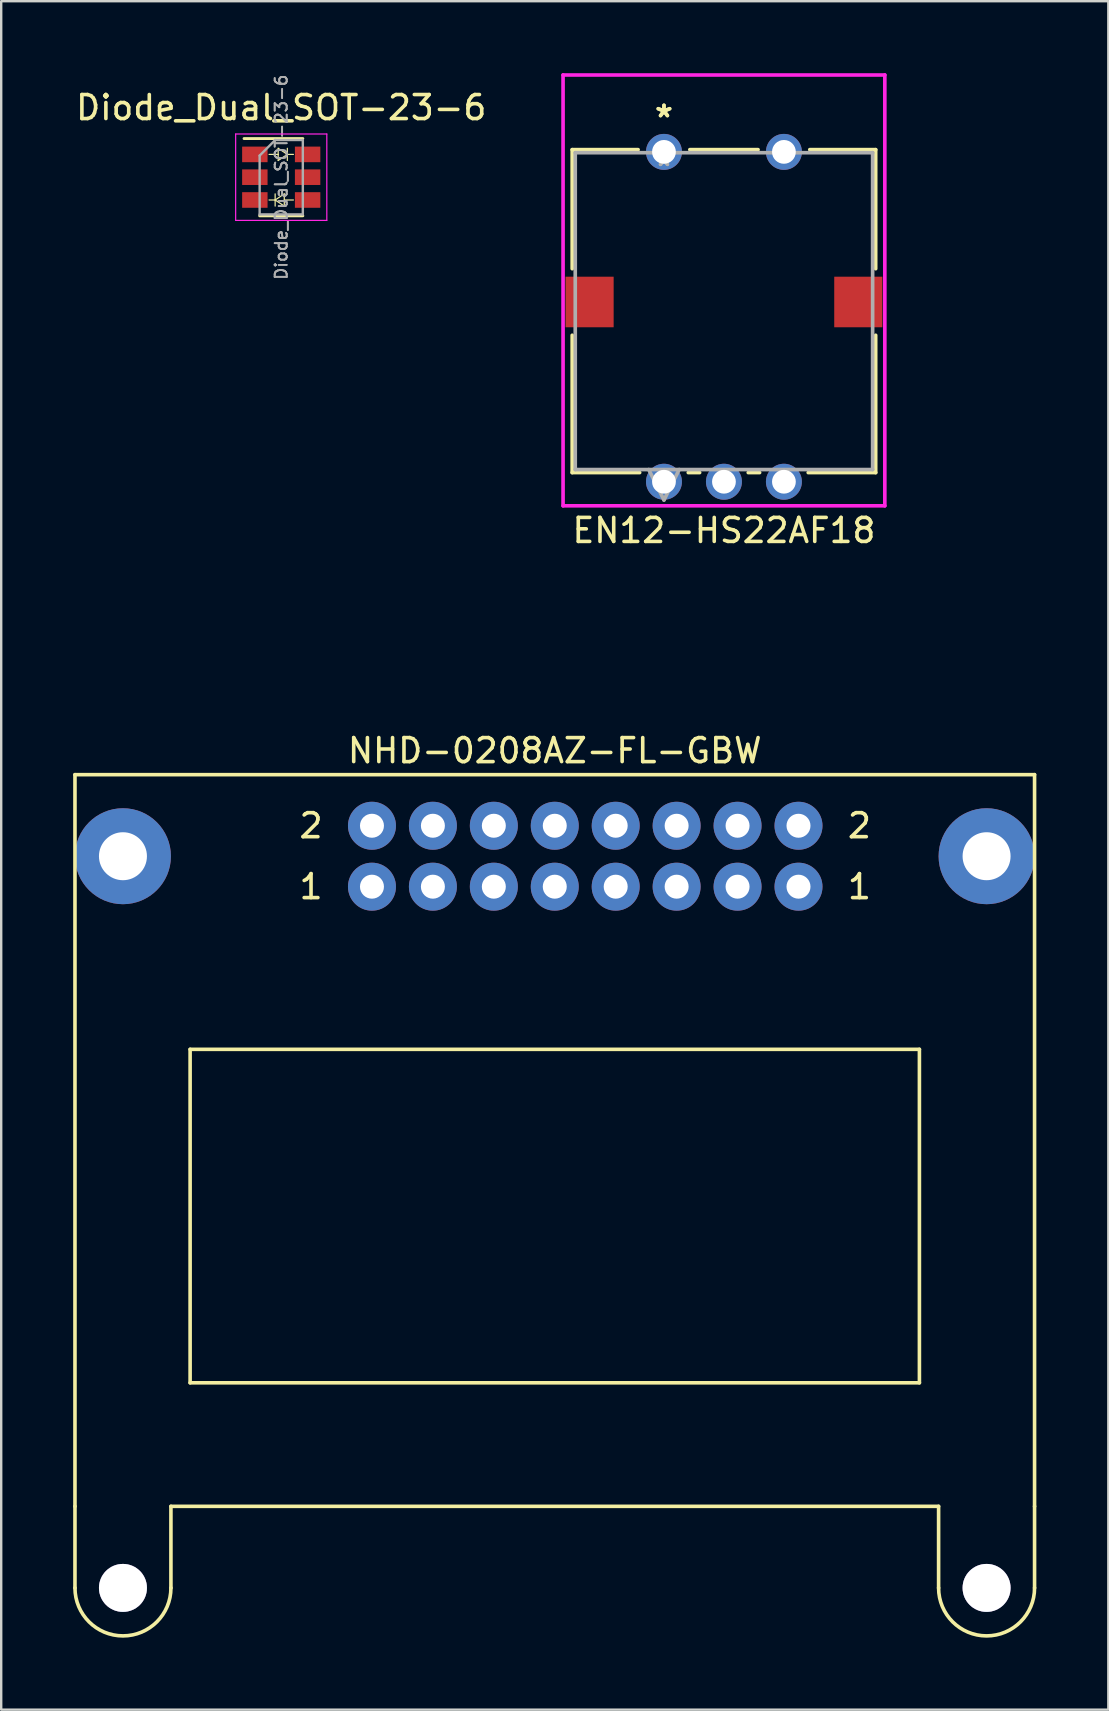
<source format=kicad_pcb>
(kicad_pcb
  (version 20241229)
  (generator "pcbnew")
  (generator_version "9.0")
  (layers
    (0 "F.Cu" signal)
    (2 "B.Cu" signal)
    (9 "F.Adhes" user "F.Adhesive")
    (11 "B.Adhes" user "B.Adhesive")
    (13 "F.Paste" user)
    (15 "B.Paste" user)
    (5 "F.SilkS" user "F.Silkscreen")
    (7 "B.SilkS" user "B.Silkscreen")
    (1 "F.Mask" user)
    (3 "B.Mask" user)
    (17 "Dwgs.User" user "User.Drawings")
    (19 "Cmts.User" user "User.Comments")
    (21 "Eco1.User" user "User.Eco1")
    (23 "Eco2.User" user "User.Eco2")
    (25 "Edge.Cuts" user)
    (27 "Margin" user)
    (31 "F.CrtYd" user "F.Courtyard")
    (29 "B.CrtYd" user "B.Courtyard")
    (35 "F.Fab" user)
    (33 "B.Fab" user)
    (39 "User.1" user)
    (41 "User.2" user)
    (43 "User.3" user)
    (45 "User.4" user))
  (footprint "EN12-HS22AF18"
    (layer "F.Cu")
    (at 27.127 24.143)
    (property "Reference" "EN12-HS22AF18" (at 0 -5.08 0) (layer "F.SilkS") (effects (font (size 1 1) (thickness 0.15))))
    (attr through_hole)
    (fp_line (start -6.325 -20.955) (end -6.325 -15.992) (stroke (width 0.152) (type solid)) (layer "F.SilkS"))
    (fp_line (start -6.325 -13.218) (end -6.325 -7.493) (stroke (width 0.152) (type solid)) (layer "F.SilkS"))
    (fp_line (start -6.325 -7.493) (end -3.513 -7.493) (stroke (width 0.152) (type solid)) (layer "F.SilkS"))
    (fp_line (start -3.578 -20.955) (end -6.325 -20.955) (stroke (width 0.152) (type solid)) (layer "F.SilkS"))
    (fp_line (start -1.487 -7.493) (end -1.013 -7.493) (stroke (width 0.152) (type solid)) (layer "F.SilkS"))
    (fp_line (start 1.013 -7.493) (end 1.487 -7.493) (stroke (width 0.152) (type solid)) (layer "F.SilkS"))
    (fp_line (start 1.422 -20.955) (end -1.422 -20.955) (stroke (width 0.152) (type solid)) (layer "F.SilkS"))
    (fp_line (start 3.513 -7.493) (end 6.325 -7.493) (stroke (width 0.152) (type solid)) (layer "F.SilkS"))
    (fp_line (start 6.325 -20.955) (end 3.578 -20.955) (stroke (width 0.152) (type solid)) (layer "F.SilkS"))
    (fp_line (start 6.325 -15.992) (end 6.325 -20.955) (stroke (width 0.152) (type solid)) (layer "F.SilkS"))
    (fp_line (start 6.325 -7.493) (end 6.325 -13.218) (stroke (width 0.152) (type solid)) (layer "F.SilkS"))
    (fp_line (start -6.706 -24.067) (end -6.706 -6.109) (stroke (width 0.152) (type solid)) (layer "F.CrtYd"))
    (fp_line (start -6.706 -6.109) (end 6.706 -6.109) (stroke (width 0.152) (type solid)) (layer "F.CrtYd"))
    (fp_line (start 6.706 -24.067) (end -6.706 -24.067) (stroke (width 0.152) (type solid)) (layer "F.CrtYd"))
    (fp_line (start 6.706 -6.109) (end 6.706 -24.067) (stroke (width 0.152) (type solid)) (layer "F.CrtYd"))
    (fp_line (start -6.198 -20.828) (end -6.198 -7.62) (stroke (width 0.152) (type solid)) (layer "F.Fab"))
    (fp_line (start -6.198 -7.62) (end 6.198 -7.62) (stroke (width 0.152) (type solid)) (layer "F.Fab"))
    (fp_line (start -3.135 -7.62) (end -2.5 -6.35) (stroke (width 0.152) (type solid)) (layer "F.Fab"))
    (fp_line (start -1.865 -7.62) (end -2.5 -6.35) (stroke (width 0.152) (type solid)) (layer "F.Fab"))
    (fp_line (start 6.198 -20.828) (end -6.198 -20.828) (stroke (width 0.152) (type solid)) (layer "F.Fab"))
    (fp_line (start 6.198 -7.62) (end 6.198 -20.828) (stroke (width 0.152) (type solid)) (layer "F.Fab"))
    (fp_text user "*" (at -2.5 -22.259 0) (layer "F.SilkS") (effects (font (size 1 1) (thickness 0.15))))
    (fp_text user "*" (at -2.5 -22.259 0) (layer "F.SilkS") (effects (font (size 1 1) (thickness 0.15))))
    (fp_text user "Copyright 2016 Accelerated Designs. All rights reserved." (at 0 0 0) (layer "Cmts.User") (effects (font (size 0.127 0.127) (thickness 0.002))))
    (fp_text user "*" (at -2.5 -20.227 0) (layer "F.Fab") (effects (font (size 1 1) (thickness 0.15))))
    (fp_text user "*" (at -2.5 -20.227 0) (layer "F.Fab") (effects (font (size 1 1) (thickness 0.15))))
    (pad "6" smd rect (at -5.601 -14.605) (size 2.007 2.108) (layers "F.Cu" "F.Mask" "F.Paste"))
    (pad "7" smd rect (at 5.601 -14.605) (size 2.007 2.108) (layers "F.Cu" "F.Mask" "F.Paste"))
    (pad "A" thru_hole circle (at -2.5 -7.112) (size 1.499 1.499) (drill 0.991) (layers "*.Cu" "*.Mask"))
    (pad "B" thru_hole circle (at 2.5 -7.112) (size 1.499 1.499) (drill 0.991) (layers "*.Cu" "*.Mask"))
    (pad "C" thru_hole circle (at 0 -7.112) (size 1.499 1.499) (drill 0.991) (layers "*.Cu" "*.Mask"))
    (pad "S1" thru_hole circle (at -2.5 -20.862) (size 1.499 1.499) (drill 0.991) (layers "*.Cu" "*.Mask"))
    (pad "S2" thru_hole circle (at 2.5 -20.862) (size 1.499 1.499) (drill 0.991) (layers "*.Cu" "*.Mask")))
  (footprint "Diode_Dual_SOT-23-6"
    (layer "F.Cu")
    (at 8.673 4.336)
    (property "Reference" "Diode_Dual_SOT-23-6" (at 0 -2.9 0) (layer "F.SilkS") (effects (font (size 1 1) (thickness 0.15))))
    (attr smd)
    (fp_line (start -0.9 1.61) (end 0.9 1.61) (stroke (width 0.12) (type solid)) (layer "F.SilkS"))
    (fp_line (start -0.254 0.95) (end -0.508 0.95) (stroke (width 0.05) (type solid)) (layer "F.SilkS"))
    (fp_line (start -0.254 0.95) (end 0.127 0.696) (stroke (width 0.05) (type solid)) (layer "F.SilkS"))
    (fp_line (start -0.254 1.204) (end -0.254 0.696) (stroke (width 0.05) (type solid)) (layer "F.SilkS"))
    (fp_line (start -0.127 -1.204) (end 0.254 -0.95) (stroke (width 0.05) (type solid)) (layer "F.SilkS"))
    (fp_line (start -0.127 -0.95) (end -0.508 -0.95) (stroke (width 0.05) (type solid)) (layer "F.SilkS"))
    (fp_line (start -0.127 -0.696) (end -0.127 -1.204) (stroke (width 0.05) (type solid)) (layer "F.SilkS"))
    (fp_line (start 0.127 0.696) (end 0.127 1.204) (stroke (width 0.05) (type solid)) (layer "F.SilkS"))
    (fp_line (start 0.127 0.95) (end 0.508 0.95) (stroke (width 0.05) (type solid)) (layer "F.SilkS"))
    (fp_line (start 0.127 1.204) (end -0.254 0.95) (stroke (width 0.05) (type solid)) (layer "F.SilkS"))
    (fp_line (start 0.254 -1.204) (end 0.254 -0.696) (stroke (width 0.05) (type solid)) (layer "F.SilkS"))
    (fp_line (start 0.254 -0.95) (end -0.127 -0.696) (stroke (width 0.05) (type solid)) (layer "F.SilkS"))
    (fp_line (start 0.254 -0.95) (end 0.508 -0.95) (stroke (width 0.05) (type solid)) (layer "F.SilkS"))
    (fp_line (start 0.9 -1.61) (end -1.55 -1.61) (stroke (width 0.12) (type solid)) (layer "F.SilkS"))
    (fp_line (start -1.9 -1.8) (end -1.9 1.8) (stroke (width 0.05) (type solid)) (layer "F.CrtYd"))
    (fp_line (start -1.9 1.8) (end 1.9 1.8) (stroke (width 0.05) (type solid)) (layer "F.CrtYd"))
    (fp_line (start 1.9 -1.8) (end -1.9 -1.8) (stroke (width 0.05) (type solid)) (layer "F.CrtYd"))
    (fp_line (start 1.9 1.8) (end 1.9 -1.8) (stroke (width 0.05) (type solid)) (layer "F.CrtYd"))
    (fp_line (start -0.9 -0.9) (end -0.9 1.55) (stroke (width 0.1) (type solid)) (layer "F.Fab"))
    (fp_line (start -0.9 -0.9) (end -0.25 -1.55) (stroke (width 0.1) (type solid)) (layer "F.Fab"))
    (fp_line (start 0.9 -1.55) (end -0.25 -1.55) (stroke (width 0.1) (type solid)) (layer "F.Fab"))
    (fp_line (start 0.9 -1.55) (end 0.9 1.55) (stroke (width 0.1) (type solid)) (layer "F.Fab"))
    (fp_line (start 0.9 1.55) (end -0.9 1.55) (stroke (width 0.1) (type solid)) (layer "F.Fab"))
    (fp_text user "${REFERENCE}" (at 0 0 90) (layer "F.Fab") (effects (font (size 0.5 0.5) (thickness 0.075))))
    (fp_text user "${REFERENCE}" (at 0 0 90) (layer "F.Fab") (effects (font (size 0.5 0.5) (thickness 0.075))))
    (pad "1" smd rect (at -1.1 -0.95) (size 1.06 0.65) (layers "F.Cu" "F.Mask" "F.Paste"))
    (pad "2" smd rect (at -1.1 0) (size 1.06 0.65) (layers "F.Cu" "F.Mask" "F.Paste"))
    (pad "3" smd rect (at -1.1 0.95) (size 1.06 0.65) (layers "F.Cu" "F.Mask" "F.Paste"))
    (pad "4" smd rect (at 1.1 0.95) (size 1.06 0.65) (layers "F.Cu" "F.Mask" "F.Paste"))
    (pad "5" smd rect (at 1.1 0) (size 1.06 0.65) (layers "F.Cu" "F.Mask" "F.Paste"))
    (pad "6" smd rect (at 1.1 -0.95) (size 1.06 0.65) (layers "F.Cu" "F.Mask" "F.Paste")))
  (footprint "NHD-0208AZ-FL-GBW"
    (layer "F.Cu")
    (at 20.075 29.241)
    (property "Reference" "NHD-0208AZ-FL-GBW" (at 0 -1 0) (layer "F.SilkS") (effects (font (size 1 1) (thickness 0.15))))
    (attr through_hole)
    (fp_line (start -20 0) (end -20 30.5) (stroke (width 0.15) (type solid)) (layer "F.SilkS"))
    (fp_line (start -20 30.5) (end -20 33.9) (stroke (width 0.15) (type solid)) (layer "F.SilkS"))
    (fp_line (start -16 30.5) (end 16 30.5) (stroke (width 0.15) (type solid)) (layer "F.SilkS"))
    (fp_line (start -16 33.9) (end -16 30.5) (stroke (width 0.15) (type solid)) (layer "F.SilkS"))
    (fp_line (start -15.2 11.45) (end -15.2 25.35) (stroke (width 0.15) (type solid)) (layer "F.SilkS"))
    (fp_line (start -15.2 11.45) (end 15.2 11.45) (stroke (width 0.15) (type solid)) (layer "F.SilkS"))
    (fp_line (start -15.2 25.35) (end 15.2 25.35) (stroke (width 0.15) (type solid)) (layer "F.SilkS"))
    (fp_line (start 15.2 25.35) (end 15.2 11.45) (stroke (width 0.15) (type solid)) (layer "F.SilkS"))
    (fp_line (start 16 30.5) (end 16 33.9) (stroke (width 0.15) (type solid)) (layer "F.SilkS"))
    (fp_line (start 20 0) (end -20 0) (stroke (width 0.15) (type solid)) (layer "F.SilkS"))
    (fp_line (start 20 30.5) (end 20 0) (stroke (width 0.15) (type solid)) (layer "F.SilkS"))
    (fp_line (start 20 30.5) (end 20 33.9) (stroke (width 0.15) (type solid)) (layer "F.SilkS"))
    (fp_arc (start -16 33.9) (mid -18 35.9) (end -20 33.9) (stroke (width 0.15) (type solid)) (layer "F.SilkS"))
    (fp_arc (start 20 33.9) (mid 18 35.9) (end 16 33.9) (stroke (width 0.15) (type solid)) (layer "F.SilkS"))
    (fp_text user "2" (at 12.7 2.13 0) (layer "F.SilkS") (effects (font (size 1 1) (thickness 0.15))))
    (fp_text user "1" (at 12.7 4.67 0) (layer "F.SilkS") (effects (font (size 1 1) (thickness 0.15))))
    (fp_text user "1" (at -10.16 4.67 0) (layer "F.SilkS") (effects (font (size 1 1) (thickness 0.15))))
    (fp_text user "2" (at -10.16 2.13 0) (layer "F.SilkS") (effects (font (size 1 1) (thickness 0.15))))
    (pad "" thru_hole circle (at -18 3.4) (size 4 4) (drill 2) (layers "*.Cu" "*.Mask"))
    (pad "" thru_hole circle (at -18 33.9) (size 2 2) (drill 2) (layers "*.Cu" "*.Mask"))
    (pad "" thru_hole circle (at 18 3.4) (size 4 4) (drill 2) (layers "*.Cu" "*.Mask"))
    (pad "" thru_hole circle (at 18 33.9) (size 2 2) (drill 2) (layers "*.Cu" "*.Mask"))
    (pad "1" thru_hole circle (at -7.62 4.67) (size 2 2) (drill 1) (layers "*.Cu" "*.Mask"))
    (pad "2" thru_hole circle (at -7.62 2.13) (size 2 2) (drill 1) (layers "*.Cu" "*.Mask"))
    (pad "3" thru_hole circle (at -5.08 4.67) (size 2 2) (drill 1) (layers "*.Cu" "*.Mask"))
    (pad "4" thru_hole circle (at -5.08 2.13) (size 2 2) (drill 1) (layers "*.Cu" "*.Mask"))
    (pad "5" thru_hole circle (at -2.54 4.67) (size 2 2) (drill 1) (layers "*.Cu" "*.Mask"))
    (pad "6" thru_hole circle (at -2.54 2.13) (size 2 2) (drill 1) (layers "*.Cu" "*.Mask"))
    (pad "7" thru_hole circle (at 0 4.67) (size 2 2) (drill 1) (layers "*.Cu" "*.Mask"))
    (pad "8" thru_hole circle (at 0 2.13) (size 2 2) (drill 1) (layers "*.Cu" "*.Mask"))
    (pad "9" thru_hole circle (at 2.54 4.67) (size 2 2) (drill 1) (layers "*.Cu" "*.Mask"))
    (pad "10" thru_hole circle (at 2.54 2.13) (size 2 2) (drill 1) (layers "*.Cu" "*.Mask"))
    (pad "11" thru_hole circle (at 5.08 4.67) (size 2 2) (drill 1) (layers "*.Cu" "*.Mask"))
    (pad "12" thru_hole circle (at 5.08 2.13) (size 2 2) (drill 1) (layers "*.Cu" "*.Mask"))
    (pad "13" thru_hole circle (at 7.62 4.67) (size 2 2) (drill 1) (layers "*.Cu" "*.Mask"))
    (pad "14" thru_hole circle (at 7.62 2.13) (size 2 2) (drill 1) (layers "*.Cu" "*.Mask"))
    (pad "15" thru_hole circle (at 10.16 4.67) (size 2 2) (drill 1) (layers "*.Cu" "*.Mask"))
    (pad "16" thru_hole circle (at 10.16 2.13) (size 2 2) (drill 1) (layers "*.Cu" "*.Mask")))
  (gr_rect
    (start -3 -3)
    (end 43.15 68.216)
    (stroke (width 0.1) (type default))
    (fill no)
    (layer "Edge.Cuts")))
</source>
